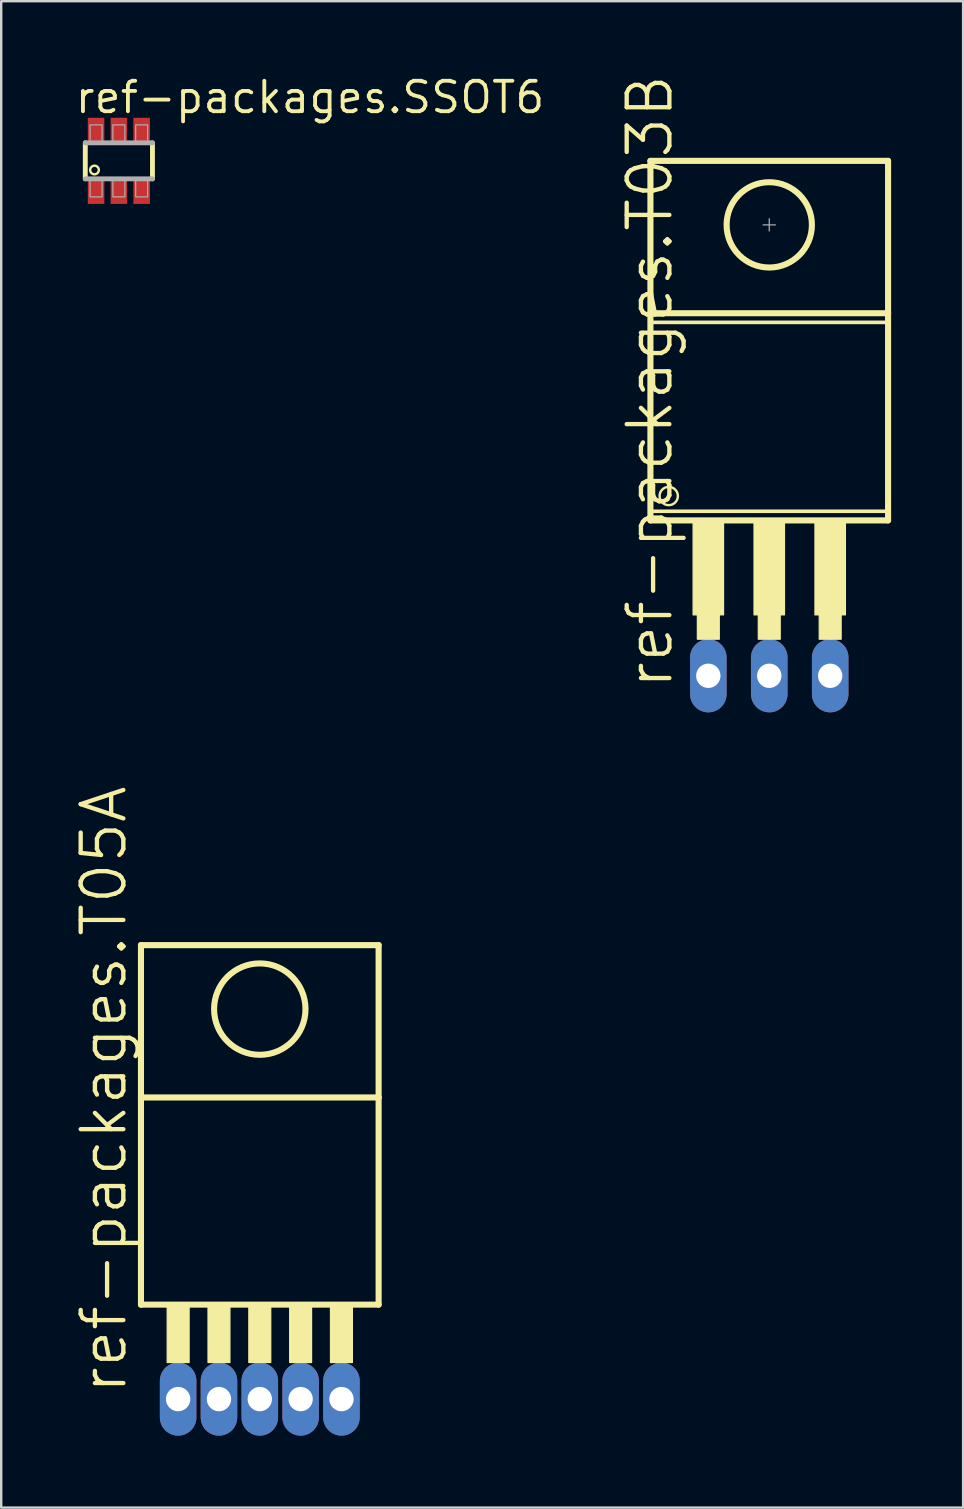
<source format=kicad_pcb>
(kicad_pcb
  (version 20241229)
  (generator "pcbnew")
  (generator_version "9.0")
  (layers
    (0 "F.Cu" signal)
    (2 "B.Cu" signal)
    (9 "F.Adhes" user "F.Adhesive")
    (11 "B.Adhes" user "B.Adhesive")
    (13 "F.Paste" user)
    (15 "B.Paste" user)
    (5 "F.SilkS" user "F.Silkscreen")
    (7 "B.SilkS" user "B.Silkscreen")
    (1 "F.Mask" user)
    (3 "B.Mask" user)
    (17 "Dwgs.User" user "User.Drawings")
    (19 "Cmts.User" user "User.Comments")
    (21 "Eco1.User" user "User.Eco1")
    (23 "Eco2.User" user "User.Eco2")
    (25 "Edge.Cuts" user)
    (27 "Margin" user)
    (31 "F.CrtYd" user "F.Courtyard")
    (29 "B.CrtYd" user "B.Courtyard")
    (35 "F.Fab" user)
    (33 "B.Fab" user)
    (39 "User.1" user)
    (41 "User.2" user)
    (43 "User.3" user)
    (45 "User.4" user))
  (footprint "ref-packages.SSOT6"
    (layer "F.Cu")
    (at 1.905 3.655)
    (property "Reference" "ref-packages.SSOT6" (at -1.905 -1.905 0) (layer "F.SilkS") (effects (font (size 1.27 1.27) (thickness 0.16)) (justify left bottom)))
    (attr smd)
    (fp_line (start -1.4 0.75) (end -1.4 -0.75) (stroke (width 0.203) (type default)) (layer "F.SilkS"))
    (fp_line (start 1.4 -0.75) (end 1.4 0.75) (stroke (width 0.203) (type default)) (layer "F.SilkS"))
    (fp_circle (center -1.016 0.381) (end -0.836 0.381) (stroke (width 0.1) (type default)) (fill no) (layer "F.SilkS"))
    (fp_line (start -1.4 -0.75) (end 1.4 -0.75) (stroke (width 0.203) (type default)) (layer "F.Fab"))
    (fp_line (start 1.4 0.75) (end -1.4 0.75) (stroke (width 0.203) (type default)) (layer "F.Fab"))
    (fp_rect (start -1.2 -0.8) (end -0.7 -1.5) (stroke (width 0.05) (type default)) (fill no) (layer "F.Fab"))
    (fp_rect (start -1.2 1.5) (end -0.7 0.8) (stroke (width 0.05) (type default)) (fill no) (layer "F.Fab"))
    (fp_rect (start -0.25 -0.8) (end 0.25 -1.5) (stroke (width 0.05) (type default)) (fill no) (layer "F.Fab"))
    (fp_rect (start -0.25 1.5) (end 0.25 0.8) (stroke (width 0.05) (type default)) (fill no) (layer "F.Fab"))
    (fp_rect (start 0.7 -0.8) (end 1.2 -1.5) (stroke (width 0.05) (type default)) (fill no) (layer "F.Fab"))
    (fp_rect (start 0.7 1.5) (end 1.2 0.8) (stroke (width 0.05) (type default)) (fill no) (layer "F.Fab"))
    (pad "1" smd roundrect (at -0.95 1.3) (size 0.69 0.99) (layers "F.Cu" "F.Mask" "F.Paste") (roundrect_rratio 0.01))
    (pad "2" smd roundrect (at 0 1.3) (size 0.69 0.99) (layers "F.Cu" "F.Mask" "F.Paste") (roundrect_rratio 0.01))
    (pad "3" smd roundrect (at 0.95 1.3) (size 0.69 0.99) (layers "F.Cu" "F.Mask" "F.Paste") (roundrect_rratio 0.01))
    (pad "4" smd roundrect (at 0.95 -1.3 180) (size 0.69 0.99) (layers "F.Cu" "F.Mask" "F.Paste") (roundrect_rratio 0.01))
    (pad "5" smd roundrect (at 0 -1.3 180) (size 0.69 0.99) (layers "F.Cu" "F.Mask" "F.Paste") (roundrect_rratio 0.01))
    (pad "6" smd roundrect (at -0.95 -1.3 180) (size 0.69 0.99) (layers "F.Cu" "F.Mask" "F.Paste") (roundrect_rratio 0.01)))
  (footprint "ref-packages.T05A"
    (layer "F.Cu")
    (at 7.779 46.379)
    (property "Reference" "ref-packages.T05A" (at -5.461 8.763 90) (layer "F.SilkS") (effects (font (size 1.778 1.778) (thickness 0.18)) (justify left bottom)))
    (attr through_hole)
    (fp_line (start -4.953 -10.033) (end 4.953 -10.033) (stroke (width 0.254) (type default)) (layer "F.SilkS"))
    (fp_line (start -4.953 -3.683) (end -4.953 -10.033) (stroke (width 0.254) (type default)) (layer "F.SilkS"))
    (fp_line (start -4.953 -3.683) (end 4.953 -3.683) (stroke (width 0.254) (type default)) (layer "F.SilkS"))
    (fp_line (start -4.953 4.953) (end -4.953 -3.683) (stroke (width 0.254) (type default)) (layer "F.SilkS"))
    (fp_line (start 4.953 -10.033) (end 4.953 -3.683) (stroke (width 0.254) (type default)) (layer "F.SilkS"))
    (fp_line (start 4.953 -3.683) (end 4.953 4.953) (stroke (width 0.254) (type default)) (layer "F.SilkS"))
    (fp_line (start 4.953 4.953) (end -4.953 4.953) (stroke (width 0.254) (type default)) (layer "F.SilkS"))
    (fp_rect (start -3.861 7.366) (end -2.946 4.953) (stroke (width 0.05) (type default)) (fill yes) (layer "F.SilkS"))
    (fp_rect (start -2.159 7.366) (end -1.245 4.953) (stroke (width 0.05) (type default)) (fill yes) (layer "F.SilkS"))
    (fp_rect (start -0.457 7.366) (end 0.457 4.953) (stroke (width 0.05) (type default)) (fill yes) (layer "F.SilkS"))
    (fp_rect (start 1.245 7.366) (end 2.159 4.953) (stroke (width 0.05) (type default)) (fill yes) (layer "F.SilkS"))
    (fp_rect (start 2.946 7.366) (end 3.861 4.953) (stroke (width 0.05) (type default)) (fill yes) (layer "F.SilkS"))
    (fp_circle (center 0 -7.366) (end 1.905 -7.366) (stroke (width 0.254) (type default)) (fill no) (layer "F.SilkS"))
    (pad "1" thru_hole oval (at -3.404 8.89 90) (size 3.048 1.524) (drill 1.016) (layers "*.Cu" "*.Mask"))
    (pad "2" thru_hole oval (at -1.702 8.89 90) (size 3.048 1.524) (drill 1.016) (layers "*.Cu" "*.Mask"))
    (pad "3" thru_hole oval (at 0 8.89 90) (size 3.048 1.524) (drill 1.016) (layers "*.Cu" "*.Mask"))
    (pad "4" thru_hole oval (at 1.702 8.89 90) (size 3.048 1.524) (drill 1.016) (layers "*.Cu" "*.Mask"))
    (pad "5" thru_hole oval (at 3.404 8.89 90) (size 3.048 1.524) (drill 1.016) (layers "*.Cu" "*.Mask")))
  (footprint "ref-packages.T03B"
    (layer "F.Cu")
    (at 29.015 13.689)
    (property "Reference" "ref-packages.T03B" (at -3.937 12.065 90) (layer "F.SilkS") (effects (font (size 1.778 1.778) (thickness 0.18)) (justify left bottom)))
    (attr through_hole)
    (fp_line (start -4.953 -10.033) (end 4.953 -10.033) (stroke (width 0.254) (type default)) (layer "F.SilkS"))
    (fp_line (start -4.953 -3.683) (end -4.953 -10.033) (stroke (width 0.254) (type default)) (layer "F.SilkS"))
    (fp_line (start -4.953 -3.683) (end 4.953 -3.683) (stroke (width 0.254) (type default)) (layer "F.SilkS"))
    (fp_line (start -4.953 4.953) (end -4.953 -3.683) (stroke (width 0.254) (type default)) (layer "F.SilkS"))
    (fp_line (start -4.826 -3.302) (end 4.826 -3.302) (stroke (width 0.152) (type default)) (layer "F.SilkS"))
    (fp_line (start -4.826 4.572) (end 4.826 4.572) (stroke (width 0.152) (type default)) (layer "F.SilkS"))
    (fp_line (start 4.953 -10.033) (end 4.953 -3.683) (stroke (width 0.254) (type default)) (layer "F.SilkS"))
    (fp_line (start 4.953 -3.683) (end 4.953 4.953) (stroke (width 0.254) (type default)) (layer "F.SilkS"))
    (fp_line (start 4.953 4.953) (end -4.953 4.953) (stroke (width 0.254) (type default)) (layer "F.SilkS"))
    (fp_rect (start -3.175 8.89) (end -1.905 5.029) (stroke (width 0.05) (type default)) (fill yes) (layer "F.SilkS"))
    (fp_rect (start -2.997 9.906) (end -2.083 8.839) (stroke (width 0.05) (type default)) (fill yes) (layer "F.SilkS"))
    (fp_rect (start -0.635 8.89) (end 0.635 5.029) (stroke (width 0.05) (type default)) (fill yes) (layer "F.SilkS"))
    (fp_rect (start -0.457 9.906) (end 0.457 8.839) (stroke (width 0.05) (type default)) (fill yes) (layer "F.SilkS"))
    (fp_rect (start 1.905 8.89) (end 3.175 5.029) (stroke (width 0.05) (type default)) (fill yes) (layer "F.SilkS"))
    (fp_rect (start 2.083 9.906) (end 2.997 8.839) (stroke (width 0.05) (type default)) (fill yes) (layer "F.SilkS"))
    (fp_circle (center -4.191 3.937) (end -3.81 3.937) (stroke (width 0.1) (type default)) (fill no) (layer "F.SilkS"))
    (fp_circle (center 0 -7.366) (end 1.778 -7.366) (stroke (width 0.254) (type default)) (fill no) (layer "F.SilkS"))
    (fp_line (start -0.254 -7.366) (end 0.254 -7.366) (stroke (width 0.051) (type default)) (layer "F.Fab"))
    (fp_line (start 0 -7.62) (end 0 -7.112) (stroke (width 0.051) (type default)) (layer "F.Fab"))
    (pad "1" thru_hole oval (at -2.54 11.43 90) (size 3.048 1.524) (drill 1.016) (layers "*.Cu" "*.Mask"))
    (pad "2" thru_hole oval (at 0 11.43 90) (size 3.048 1.524) (drill 1.016) (layers "*.Cu" "*.Mask"))
    (pad "3" thru_hole oval (at 2.54 11.43 90) (size 3.048 1.524) (drill 1.016) (layers "*.Cu" "*.Mask")))
  (gr_rect
    (start -3 -3)
    (end 37.095 59.793)
    (stroke (width 0.1) (type default))
    (fill no)
    (layer "Edge.Cuts")))
</source>
